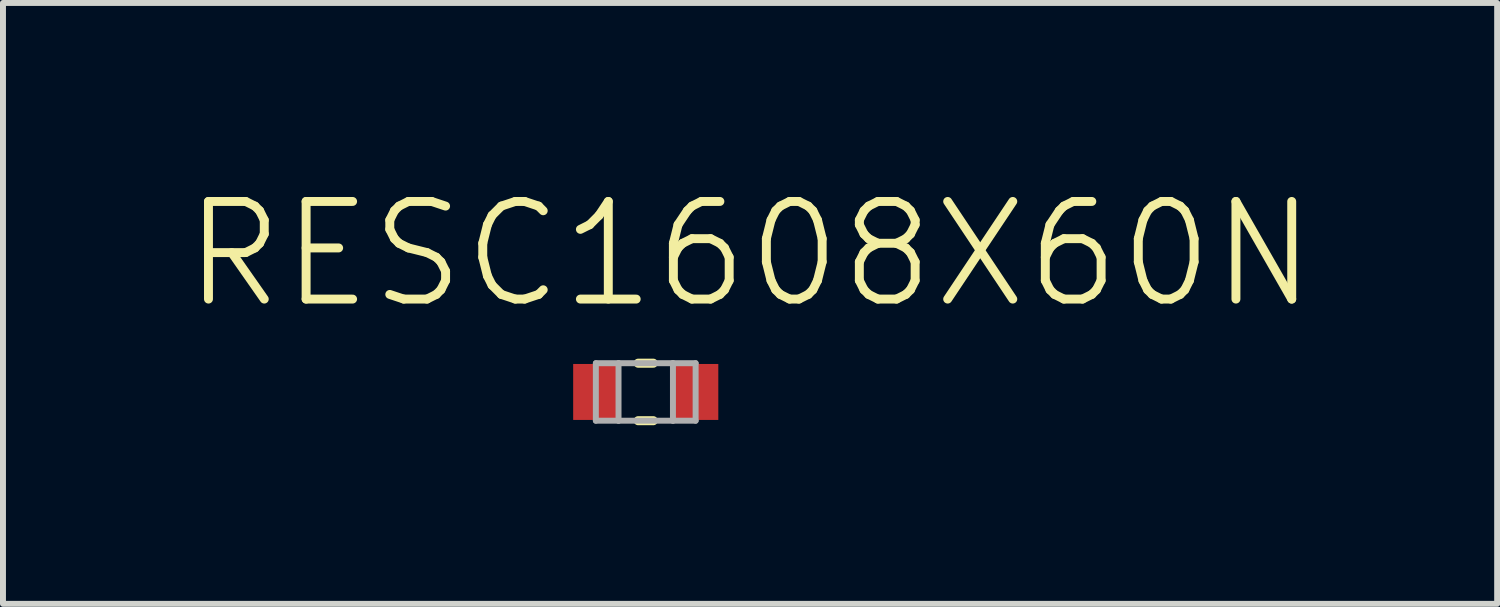
<source format=kicad_pcb>
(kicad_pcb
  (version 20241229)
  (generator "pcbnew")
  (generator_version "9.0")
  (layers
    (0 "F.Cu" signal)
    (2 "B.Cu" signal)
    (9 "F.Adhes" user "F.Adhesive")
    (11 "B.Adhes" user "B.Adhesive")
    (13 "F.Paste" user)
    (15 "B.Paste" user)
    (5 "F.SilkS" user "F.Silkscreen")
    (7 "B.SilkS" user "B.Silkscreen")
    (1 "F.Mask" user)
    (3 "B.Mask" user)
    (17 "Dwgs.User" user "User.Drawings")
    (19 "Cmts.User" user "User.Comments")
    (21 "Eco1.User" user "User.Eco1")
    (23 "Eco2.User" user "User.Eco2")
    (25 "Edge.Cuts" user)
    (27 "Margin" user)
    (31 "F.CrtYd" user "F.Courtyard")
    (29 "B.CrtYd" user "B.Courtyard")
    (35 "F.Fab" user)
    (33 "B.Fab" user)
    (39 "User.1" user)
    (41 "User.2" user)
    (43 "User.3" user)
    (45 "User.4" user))
  (footprint "RESC1608X60N"
    (layer "F.Cu")
    (at 7.797 3.534)
    (property "Reference" "RESC1608X60N" (at 1.753 -2.311 0) (layer "F.SilkS") (effects (font (size 1.64 1.64) (thickness 0.15))))
    (attr smd)
    (fp_line (start -0.127 0.483) (end 0.127 0.483) (stroke (width 0.152) (type solid)) (layer "F.SilkS"))
    (fp_line (start 0.127 -0.483) (end -0.127 -0.483) (stroke (width 0.152) (type solid)) (layer "F.SilkS"))
    (fp_line (start -0.838 -0.483) (end -0.838 0.483) (stroke (width 0.1) (type solid)) (layer "F.Fab"))
    (fp_line (start -0.838 0.483) (end -0.457 0.483) (stroke (width 0.1) (type solid)) (layer "F.Fab"))
    (fp_line (start -0.457 -0.483) (end -0.838 -0.483) (stroke (width 0.1) (type solid)) (layer "F.Fab"))
    (fp_line (start -0.457 0.483) (end -0.457 -0.483) (stroke (width 0.1) (type solid)) (layer "F.Fab"))
    (fp_line (start -0.457 0.483) (end 0.457 0.483) (stroke (width 0.1) (type solid)) (layer "F.Fab"))
    (fp_line (start 0.457 -0.483) (end -0.457 -0.483) (stroke (width 0.1) (type solid)) (layer "F.Fab"))
    (fp_line (start 0.457 -0.483) (end 0.457 0.483) (stroke (width 0.1) (type solid)) (layer "F.Fab"))
    (fp_line (start 0.457 0.483) (end 0.838 0.483) (stroke (width 0.1) (type solid)) (layer "F.Fab"))
    (fp_line (start 0.838 -0.483) (end 0.457 -0.483) (stroke (width 0.1) (type solid)) (layer "F.Fab"))
    (fp_line (start 0.838 0.483) (end 0.838 -0.483) (stroke (width 0.1) (type solid)) (layer "F.Fab"))
    (pad "1" smd rect (at -0.838 0) (size 0.762 0.94) (layers "F.Cu" "F.Mask" "F.Paste"))
    (pad "2" smd rect (at 0.838 0) (size 0.762 0.94) (layers "F.Cu" "F.Mask" "F.Paste")))
  (gr_rect
    (start -3 -3)
    (end 22.099 7.093)
    (stroke (width 0.1) (type default))
    (fill no)
    (layer "Edge.Cuts")))
</source>
